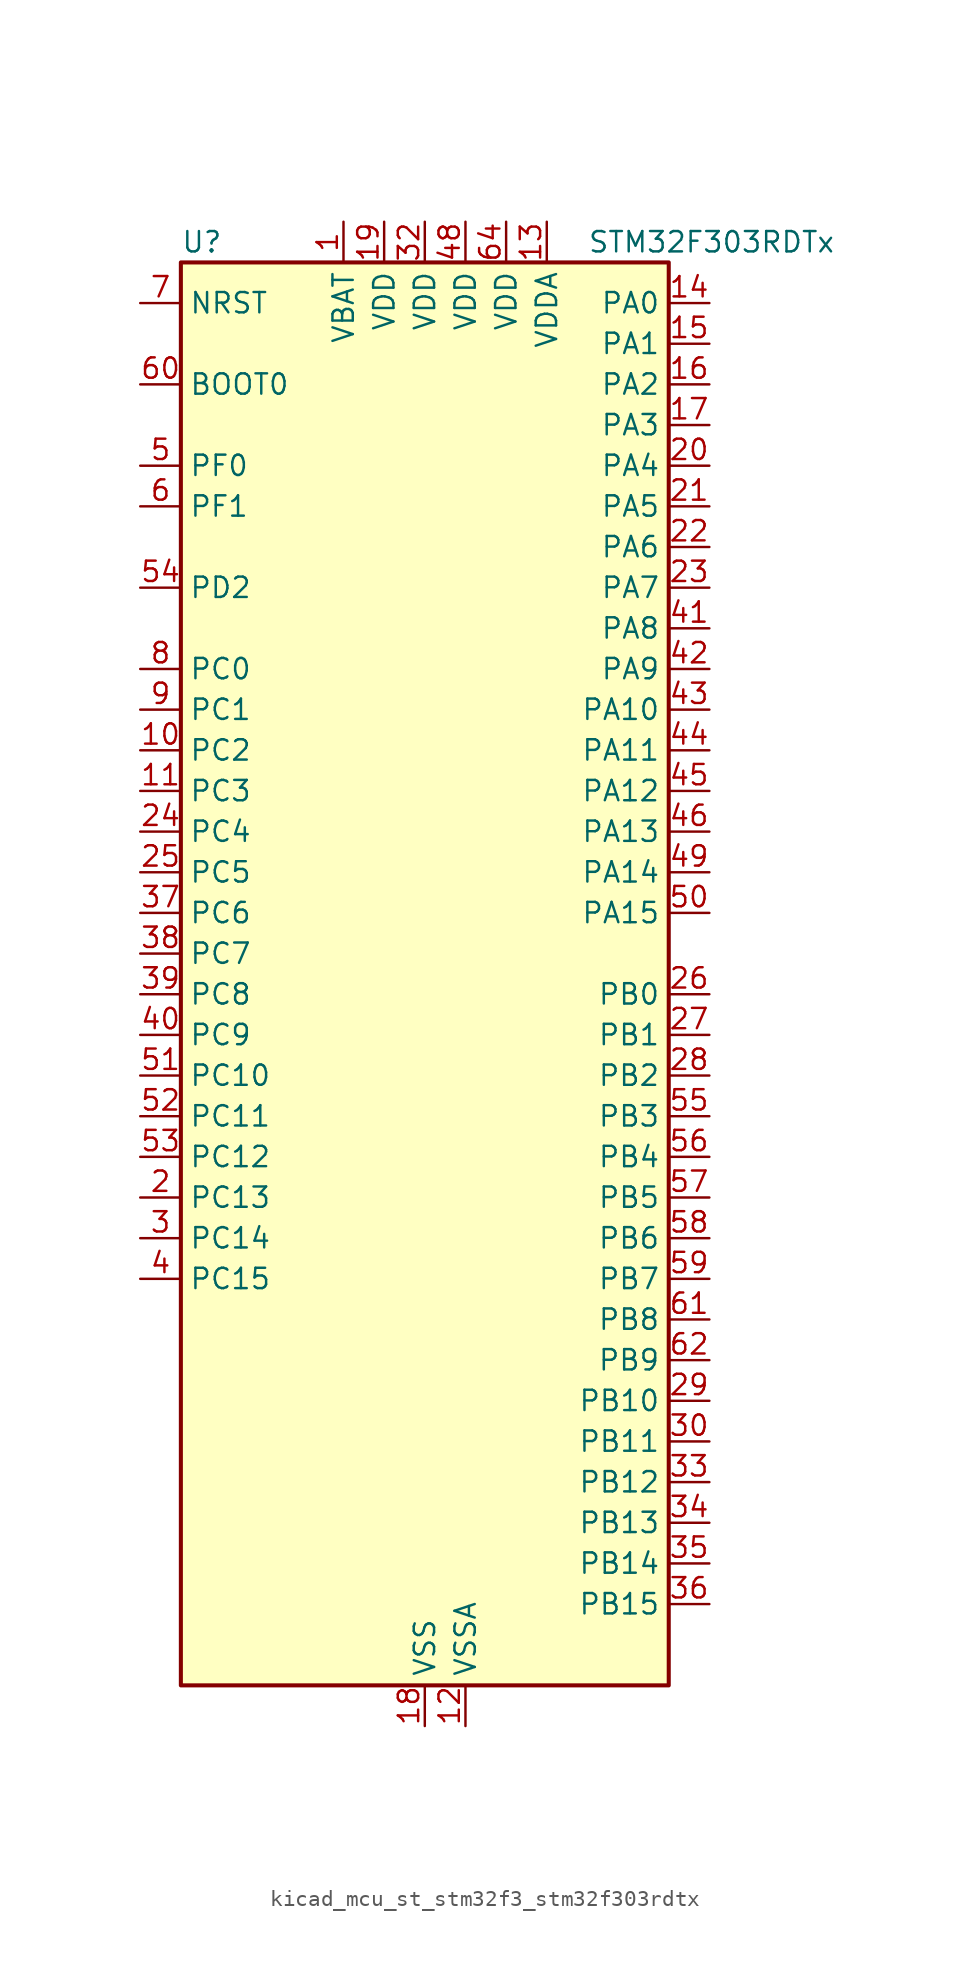
<source format=kicad_sym>
(kicad_symbol_lib
  (version 20220914)
  (generator kicad_symbol_editor)
  (symbol "kicad_mcu_st_stm32f3_stm32f303rdtx"
    (property "Reference" "U"
      (at -15.24 46.99 0)
      (effects (font (size 1.27 1.27)) (justify left)))
    (property "Value" "STM32F303RDTx"
      (at 10.16 46.99 0)
      (effects (font (size 1.27 1.27)) (justify left)))
    (property "ki_locked" ""
      (at 0 0 0)
      (effects (font (size 1.27 1.27))))
    (symbol "kicad_mcu_st_stm32f3_stm32f303rdtx_0_1"
      (rectangle (start -15.24 -43.18) (end 15.24 45.72) (stroke (width 0.254) (type default)) (fill (type background))))
    (symbol "kicad_mcu_st_stm32f3_stm32f303rdtx_1_1"
      (pin power_in line (at -5.08 48.26 270) (length 2.54) (name "VBAT" (effects (font (size 1.27 1.27)))) (number "1" (effects (font (size 1.27 1.27)))))
      (pin bidirectional line (at -17.78 15.24 0) (length 2.54) (name "PC2" (effects (font (size 1.27 1.27)))) (number "10" (effects (font (size 1.27 1.27)))) (alternate "ADC1_IN8" bidirectional line) (alternate "ADC2_IN8" bidirectional line) (alternate "ADC3_EXTI2" bidirectional line) (alternate "ADC4_EXTI2" bidirectional line) (alternate "COMP7_OUT" bidirectional line) (alternate "TIM1_CH3" bidirectional line))
      (pin bidirectional line (at -17.78 12.7 0) (length 2.54) (name "PC3" (effects (font (size 1.27 1.27)))) (number "11" (effects (font (size 1.27 1.27)))) (alternate "ADC1_IN9" bidirectional line) (alternate "ADC2_IN9" bidirectional line) (alternate "TIM1_BKIN2" bidirectional line) (alternate "TIM1_CH4" bidirectional line))
      (pin power_in line (at 2.54 -45.72 90) (length 2.54) (name "VSSA" (effects (font (size 1.27 1.27)))) (number "12" (effects (font (size 1.27 1.27)))))
      (pin power_in line (at 7.62 48.26 270) (length 2.54) (name "VDDA" (effects (font (size 1.27 1.27)))) (number "13" (effects (font (size 1.27 1.27)))))
      (pin bidirectional line (at 17.78 43.18 180) (length 2.54) (name "PA0" (effects (font (size 1.27 1.27)))) (number "14" (effects (font (size 1.27 1.27)))) (alternate "ADC1_IN1" bidirectional line) (alternate "COMP1_INM" bidirectional line) (alternate "COMP1_OUT" bidirectional line) (alternate "RTC_TAMP2" bidirectional line) (alternate "SYS_WKUP1" bidirectional line) (alternate "TIM2_CH1" bidirectional line) (alternate "TIM2_ETR" bidirectional line) (alternate "TIM8_BKIN" bidirectional line) (alternate "TIM8_ETR" bidirectional line) (alternate "TSC_G1_IO1" bidirectional line) (alternate "USART2_CTS" bidirectional line))
      (pin bidirectional line (at 17.78 40.64 180) (length 2.54) (name "PA1" (effects (font (size 1.27 1.27)))) (number "15" (effects (font (size 1.27 1.27)))) (alternate "ADC1_IN2" bidirectional line) (alternate "COMP1_INP" bidirectional line) (alternate "OPAMP1_VINP" bidirectional line) (alternate "OPAMP1_VINP_SEC" bidirectional line) (alternate "OPAMP3_VINP" bidirectional line) (alternate "OPAMP3_VINP_SEC" bidirectional line) (alternate "RTC_REFIN" bidirectional line) (alternate "TIM15_CH1N" bidirectional line) (alternate "TIM2_CH2" bidirectional line) (alternate "TSC_G1_IO2" bidirectional line) (alternate "USART2_DE" bidirectional line) (alternate "USART2_RTS" bidirectional line))
      (pin bidirectional line (at 17.78 38.1 180) (length 2.54) (name "PA2" (effects (font (size 1.27 1.27)))) (number "16" (effects (font (size 1.27 1.27)))) (alternate "ADC1_IN3" bidirectional line) (alternate "ADC3_EXTI2" bidirectional line) (alternate "ADC4_EXTI2" bidirectional line) (alternate "COMP2_INM" bidirectional line) (alternate "COMP2_OUT" bidirectional line) (alternate "OPAMP1_VOUT" bidirectional line) (alternate "TIM15_CH1" bidirectional line) (alternate "TIM2_CH3" bidirectional line) (alternate "TSC_G1_IO3" bidirectional line) (alternate "USART2_TX" bidirectional line))
      (pin bidirectional line (at 17.78 35.56 180) (length 2.54) (name "PA3" (effects (font (size 1.27 1.27)))) (number "17" (effects (font (size 1.27 1.27)))) (alternate "ADC1_IN4" bidirectional line) (alternate "OPAMP1_VINM" bidirectional line) (alternate "OPAMP1_VINM_SEC" bidirectional line) (alternate "OPAMP1_VINP" bidirectional line) (alternate "OPAMP1_VINP_SEC" bidirectional line) (alternate "TIM15_CH2" bidirectional line) (alternate "TIM2_CH4" bidirectional line) (alternate "TSC_G1_IO4" bidirectional line) (alternate "USART2_RX" bidirectional line))
      (pin power_in line (at 0 -45.72 90) (length 2.54) (name "VSS" (effects (font (size 1.27 1.27)))) (number "18" (effects (font (size 1.27 1.27)))))
      (pin power_in line (at -2.54 48.26 270) (length 2.54) (name "VDD" (effects (font (size 1.27 1.27)))) (number "19" (effects (font (size 1.27 1.27)))))
      (pin bidirectional line (at -17.78 -12.7 0) (length 2.54) (name "PC13" (effects (font (size 1.27 1.27)))) (number "2" (effects (font (size 1.27 1.27)))) (alternate "RTC_OUT_ALARM" bidirectional line) (alternate "RTC_OUT_CALIB" bidirectional line) (alternate "RTC_TAMP1" bidirectional line) (alternate "RTC_TS" bidirectional line) (alternate "SYS_WKUP2" bidirectional line) (alternate "TIM1_CH1N" bidirectional line))
      (pin bidirectional line (at 17.78 33.02 180) (length 2.54) (name "PA4" (effects (font (size 1.27 1.27)))) (number "20" (effects (font (size 1.27 1.27)))) (alternate "ADC2_IN1" bidirectional line) (alternate "COMP1_INM" bidirectional line) (alternate "COMP2_INM" bidirectional line) (alternate "COMP3_INM" bidirectional line) (alternate "COMP4_INM" bidirectional line) (alternate "COMP5_INM" bidirectional line) (alternate "COMP6_INM" bidirectional line) (alternate "COMP7_INM" bidirectional line) (alternate "DAC1_OUT1" bidirectional line) (alternate "I2S3_WS" bidirectional line) (alternate "OPAMP4_VINP" bidirectional line) (alternate "OPAMP4_VINP_SEC" bidirectional line) (alternate "SPI1_NSS" bidirectional line) (alternate "SPI3_NSS" bidirectional line) (alternate "TIM3_CH2" bidirectional line) (alternate "TSC_G2_IO1" bidirectional line) (alternate "USART2_CK" bidirectional line))
      (pin bidirectional line (at 17.78 30.48 180) (length 2.54) (name "PA5" (effects (font (size 1.27 1.27)))) (number "21" (effects (font (size 1.27 1.27)))) (alternate "ADC2_IN2" bidirectional line) (alternate "COMP1_INM" bidirectional line) (alternate "COMP2_INM" bidirectional line) (alternate "COMP3_INM" bidirectional line) (alternate "COMP4_INM" bidirectional line) (alternate "COMP5_INM" bidirectional line) (alternate "COMP6_INM" bidirectional line) (alternate "COMP7_INM" bidirectional line) (alternate "DAC1_OUT2" bidirectional line) (alternate "OPAMP1_VINP" bidirectional line) (alternate "OPAMP1_VINP_SEC" bidirectional line) (alternate "OPAMP2_VINM" bidirectional line) (alternate "OPAMP2_VINM_SEC" bidirectional line) (alternate "OPAMP3_VINP" bidirectional line) (alternate "OPAMP3_VINP_SEC" bidirectional line) (alternate "SPI1_SCK" bidirectional line) (alternate "TIM2_CH1" bidirectional line) (alternate "TIM2_ETR" bidirectional line) (alternate "TSC_G2_IO2" bidirectional line))
      (pin bidirectional line (at 17.78 27.94 180) (length 2.54) (name "PA6" (effects (font (size 1.27 1.27)))) (number "22" (effects (font (size 1.27 1.27)))) (alternate "ADC2_IN3" bidirectional line) (alternate "COMP1_OUT" bidirectional line) (alternate "OPAMP2_VOUT" bidirectional line) (alternate "SPI1_MISO" bidirectional line) (alternate "TIM16_CH1" bidirectional line) (alternate "TIM1_BKIN" bidirectional line) (alternate "TIM3_CH1" bidirectional line) (alternate "TIM8_BKIN" bidirectional line) (alternate "TSC_G2_IO3" bidirectional line))
      (pin bidirectional line (at 17.78 25.4 180) (length 2.54) (name "PA7" (effects (font (size 1.27 1.27)))) (number "23" (effects (font (size 1.27 1.27)))) (alternate "ADC2_IN4" bidirectional line) (alternate "COMP2_INP" bidirectional line) (alternate "OPAMP1_VINP" bidirectional line) (alternate "OPAMP1_VINP_SEC" bidirectional line) (alternate "OPAMP2_VINP" bidirectional line) (alternate "OPAMP2_VINP_SEC" bidirectional line) (alternate "SPI1_MOSI" bidirectional line) (alternate "TIM17_CH1" bidirectional line) (alternate "TIM1_CH1N" bidirectional line) (alternate "TIM3_CH2" bidirectional line) (alternate "TIM8_CH1N" bidirectional line) (alternate "TSC_G2_IO4" bidirectional line))
      (pin bidirectional line (at -17.78 10.16 0) (length 2.54) (name "PC4" (effects (font (size 1.27 1.27)))) (number "24" (effects (font (size 1.27 1.27)))) (alternate "ADC2_IN5" bidirectional line) (alternate "TIM1_ETR" bidirectional line) (alternate "USART1_TX" bidirectional line))
      (pin bidirectional line (at -17.78 7.62 0) (length 2.54) (name "PC5" (effects (font (size 1.27 1.27)))) (number "25" (effects (font (size 1.27 1.27)))) (alternate "ADC2_IN11" bidirectional line) (alternate "OPAMP1_VINM" bidirectional line) (alternate "OPAMP1_VINM_SEC" bidirectional line) (alternate "OPAMP2_VINM" bidirectional line) (alternate "OPAMP2_VINM_SEC" bidirectional line) (alternate "TIM15_BKIN" bidirectional line) (alternate "TSC_G3_IO1" bidirectional line) (alternate "USART1_RX" bidirectional line))
      (pin bidirectional line (at 17.78 0 180) (length 2.54) (name "PB0" (effects (font (size 1.27 1.27)))) (number "26" (effects (font (size 1.27 1.27)))) (alternate "ADC3_IN12" bidirectional line) (alternate "COMP4_INP" bidirectional line) (alternate "OPAMP2_VINP" bidirectional line) (alternate "OPAMP2_VINP_SEC" bidirectional line) (alternate "OPAMP3_VINP" bidirectional line) (alternate "OPAMP3_VINP_SEC" bidirectional line) (alternate "TIM1_CH2N" bidirectional line) (alternate "TIM3_CH3" bidirectional line) (alternate "TIM8_CH2N" bidirectional line) (alternate "TSC_G3_IO2" bidirectional line))
      (pin bidirectional line (at 17.78 -2.54 180) (length 2.54) (name "PB1" (effects (font (size 1.27 1.27)))) (number "27" (effects (font (size 1.27 1.27)))) (alternate "ADC3_IN1" bidirectional line) (alternate "COMP4_OUT" bidirectional line) (alternate "OPAMP3_VOUT" bidirectional line) (alternate "TIM1_CH3N" bidirectional line) (alternate "TIM3_CH4" bidirectional line) (alternate "TIM8_CH3N" bidirectional line) (alternate "TSC_G3_IO3" bidirectional line))
      (pin bidirectional line (at 17.78 -5.08 180) (length 2.54) (name "PB2" (effects (font (size 1.27 1.27)))) (number "28" (effects (font (size 1.27 1.27)))) (alternate "ADC2_IN12" bidirectional line) (alternate "ADC3_EXTI2" bidirectional line) (alternate "ADC4_EXTI2" bidirectional line) (alternate "COMP4_INM" bidirectional line) (alternate "OPAMP3_VINM" bidirectional line) (alternate "OPAMP3_VINM_SEC" bidirectional line) (alternate "TSC_G3_IO4" bidirectional line))
      (pin bidirectional line (at 17.78 -25.4 180) (length 2.54) (name "PB10" (effects (font (size 1.27 1.27)))) (number "29" (effects (font (size 1.27 1.27)))) (alternate "COMP5_INM" bidirectional line) (alternate "OPAMP3_VINM" bidirectional line) (alternate "OPAMP3_VINM_SEC" bidirectional line) (alternate "OPAMP4_VINM" bidirectional line) (alternate "OPAMP4_VINM_SEC" bidirectional line) (alternate "TIM2_CH3" bidirectional line) (alternate "TSC_SYNC" bidirectional line) (alternate "USART3_TX" bidirectional line))
      (pin bidirectional line (at -17.78 -15.24 0) (length 2.54) (name "PC14" (effects (font (size 1.27 1.27)))) (number "3" (effects (font (size 1.27 1.27)))) (alternate "RCC_OSC32_IN" bidirectional line))
      (pin bidirectional line (at 17.78 -27.94 180) (length 2.54) (name "PB11" (effects (font (size 1.27 1.27)))) (number "30" (effects (font (size 1.27 1.27)))) (alternate "ADC1_EXTI11" bidirectional line) (alternate "ADC1_IN14" bidirectional line) (alternate "ADC2_EXTI11" bidirectional line) (alternate "ADC2_IN14" bidirectional line) (alternate "COMP6_INP" bidirectional line) (alternate "OPAMP4_VINP" bidirectional line) (alternate "OPAMP4_VINP_SEC" bidirectional line) (alternate "TIM2_CH4" bidirectional line) (alternate "TSC_G6_IO1" bidirectional line) (alternate "USART3_RX" bidirectional line))
      (pin passive line (at 0 -45.72 90) (length 2.54) hide (name "VSS" (effects (font (size 1.27 1.27)))) (number "31" (effects (font (size 1.27 1.27)))))
      (pin power_in line (at 0 48.26 270) (length 2.54) (name "VDD" (effects (font (size 1.27 1.27)))) (number "32" (effects (font (size 1.27 1.27)))))
      (pin bidirectional line (at 17.78 -30.48 180) (length 2.54) (name "PB12" (effects (font (size 1.27 1.27)))) (number "33" (effects (font (size 1.27 1.27)))) (alternate "ADC4_IN3" bidirectional line) (alternate "COMP3_INM" bidirectional line) (alternate "I2C2_SMBA" bidirectional line) (alternate "I2S2_WS" bidirectional line) (alternate "OPAMP4_VOUT" bidirectional line) (alternate "SPI2_NSS" bidirectional line) (alternate "TIM1_BKIN" bidirectional line) (alternate "TSC_G6_IO2" bidirectional line) (alternate "USART3_CK" bidirectional line))
      (pin bidirectional line (at 17.78 -33.02 180) (length 2.54) (name "PB13" (effects (font (size 1.27 1.27)))) (number "34" (effects (font (size 1.27 1.27)))) (alternate "ADC3_IN5" bidirectional line) (alternate "COMP5_INP" bidirectional line) (alternate "I2S2_CK" bidirectional line) (alternate "OPAMP3_VINP" bidirectional line) (alternate "OPAMP3_VINP_SEC" bidirectional line) (alternate "OPAMP4_VINP" bidirectional line) (alternate "OPAMP4_VINP_SEC" bidirectional line) (alternate "SPI2_SCK" bidirectional line) (alternate "TIM1_CH1N" bidirectional line) (alternate "TSC_G6_IO3" bidirectional line) (alternate "USART3_CTS" bidirectional line))
      (pin bidirectional line (at 17.78 -35.56 180) (length 2.54) (name "PB14" (effects (font (size 1.27 1.27)))) (number "35" (effects (font (size 1.27 1.27)))) (alternate "ADC4_IN4" bidirectional line) (alternate "COMP3_INP" bidirectional line) (alternate "I2S2_ext_SD" bidirectional line) (alternate "OPAMP2_VINP" bidirectional line) (alternate "OPAMP2_VINP_SEC" bidirectional line) (alternate "SPI2_MISO" bidirectional line) (alternate "TIM15_CH1" bidirectional line) (alternate "TIM1_CH2N" bidirectional line) (alternate "TSC_G6_IO4" bidirectional line) (alternate "USART3_DE" bidirectional line) (alternate "USART3_RTS" bidirectional line))
      (pin bidirectional line (at 17.78 -38.1 180) (length 2.54) (name "PB15" (effects (font (size 1.27 1.27)))) (number "36" (effects (font (size 1.27 1.27)))) (alternate "ADC1_EXTI15" bidirectional line) (alternate "ADC2_EXTI15" bidirectional line) (alternate "ADC3_EXTI15" bidirectional line) (alternate "ADC4_EXTI15" bidirectional line) (alternate "ADC4_IN5" bidirectional line) (alternate "COMP6_INM" bidirectional line) (alternate "I2S2_SD" bidirectional line) (alternate "RTC_REFIN" bidirectional line) (alternate "SPI2_MOSI" bidirectional line) (alternate "TIM15_CH1N" bidirectional line) (alternate "TIM15_CH2" bidirectional line) (alternate "TIM1_CH3N" bidirectional line))
      (pin bidirectional line (at -17.78 5.08 0) (length 2.54) (name "PC6" (effects (font (size 1.27 1.27)))) (number "37" (effects (font (size 1.27 1.27)))) (alternate "COMP6_OUT" bidirectional line) (alternate "I2S2_MCK" bidirectional line) (alternate "TIM3_CH1" bidirectional line) (alternate "TIM8_CH1" bidirectional line))
      (pin bidirectional line (at -17.78 2.54 0) (length 2.54) (name "PC7" (effects (font (size 1.27 1.27)))) (number "38" (effects (font (size 1.27 1.27)))) (alternate "COMP5_OUT" bidirectional line) (alternate "I2S3_MCK" bidirectional line) (alternate "TIM3_CH2" bidirectional line) (alternate "TIM8_CH2" bidirectional line))
      (pin bidirectional line (at -17.78 0 0) (length 2.54) (name "PC8" (effects (font (size 1.27 1.27)))) (number "39" (effects (font (size 1.27 1.27)))) (alternate "COMP3_OUT" bidirectional line) (alternate "TIM3_CH3" bidirectional line) (alternate "TIM8_CH3" bidirectional line))
      (pin bidirectional line (at -17.78 -17.78 0) (length 2.54) (name "PC15" (effects (font (size 1.27 1.27)))) (number "4" (effects (font (size 1.27 1.27)))) (alternate "ADC1_EXTI15" bidirectional line) (alternate "ADC2_EXTI15" bidirectional line) (alternate "ADC3_EXTI15" bidirectional line) (alternate "ADC4_EXTI15" bidirectional line) (alternate "RCC_OSC32_OUT" bidirectional line))
      (pin bidirectional line (at -17.78 -2.54 0) (length 2.54) (name "PC9" (effects (font (size 1.27 1.27)))) (number "40" (effects (font (size 1.27 1.27)))) (alternate "DAC1_EXTI9" bidirectional line) (alternate "I2C3_SDA" bidirectional line) (alternate "I2S_CKIN" bidirectional line) (alternate "TIM3_CH4" bidirectional line) (alternate "TIM8_BKIN2" bidirectional line) (alternate "TIM8_CH4" bidirectional line))
      (pin bidirectional line (at 17.78 22.86 180) (length 2.54) (name "PA8" (effects (font (size 1.27 1.27)))) (number "41" (effects (font (size 1.27 1.27)))) (alternate "COMP3_OUT" bidirectional line) (alternate "I2C2_SMBA" bidirectional line) (alternate "I2C3_SCL" bidirectional line) (alternate "I2S2_MCK" bidirectional line) (alternate "RCC_MCO" bidirectional line) (alternate "TIM1_CH1" bidirectional line) (alternate "TIM4_ETR" bidirectional line) (alternate "USART1_CK" bidirectional line))
      (pin bidirectional line (at 17.78 20.32 180) (length 2.54) (name "PA9" (effects (font (size 1.27 1.27)))) (number "42" (effects (font (size 1.27 1.27)))) (alternate "COMP5_OUT" bidirectional line) (alternate "DAC1_EXTI9" bidirectional line) (alternate "I2C2_SCL" bidirectional line) (alternate "I2C3_SMBA" bidirectional line) (alternate "I2S3_MCK" bidirectional line) (alternate "TIM15_BKIN" bidirectional line) (alternate "TIM1_CH2" bidirectional line) (alternate "TIM2_CH3" bidirectional line) (alternate "TSC_G4_IO1" bidirectional line) (alternate "USART1_TX" bidirectional line))
      (pin bidirectional line (at 17.78 17.78 180) (length 2.54) (name "PA10" (effects (font (size 1.27 1.27)))) (number "43" (effects (font (size 1.27 1.27)))) (alternate "COMP6_OUT" bidirectional line) (alternate "I2C2_SDA" bidirectional line) (alternate "I2S2_ext_SD" bidirectional line) (alternate "SPI2_MISO" bidirectional line) (alternate "TIM17_BKIN" bidirectional line) (alternate "TIM1_CH3" bidirectional line) (alternate "TIM2_CH4" bidirectional line) (alternate "TIM8_BKIN" bidirectional line) (alternate "TSC_G4_IO2" bidirectional line) (alternate "USART1_RX" bidirectional line))
      (pin bidirectional line (at 17.78 15.24 180) (length 2.54) (name "PA11" (effects (font (size 1.27 1.27)))) (number "44" (effects (font (size 1.27 1.27)))) (alternate "ADC1_EXTI11" bidirectional line) (alternate "ADC2_EXTI11" bidirectional line) (alternate "CAN_RX" bidirectional line) (alternate "COMP1_OUT" bidirectional line) (alternate "I2S2_SD" bidirectional line) (alternate "SPI2_MOSI" bidirectional line) (alternate "TIM1_BKIN2" bidirectional line) (alternate "TIM1_CH1N" bidirectional line) (alternate "TIM1_CH4" bidirectional line) (alternate "TIM4_CH1" bidirectional line) (alternate "USART1_CTS" bidirectional line) (alternate "USB_DM" bidirectional line))
      (pin bidirectional line (at 17.78 12.7 180) (length 2.54) (name "PA12" (effects (font (size 1.27 1.27)))) (number "45" (effects (font (size 1.27 1.27)))) (alternate "CAN_TX" bidirectional line) (alternate "COMP2_OUT" bidirectional line) (alternate "I2S_CKIN" bidirectional line) (alternate "TIM16_CH1" bidirectional line) (alternate "TIM1_CH2N" bidirectional line) (alternate "TIM1_ETR" bidirectional line) (alternate "TIM4_CH2" bidirectional line) (alternate "USART1_DE" bidirectional line) (alternate "USART1_RTS" bidirectional line) (alternate "USB_DP" bidirectional line))
      (pin bidirectional line (at 17.78 10.16 180) (length 2.54) (name "PA13" (effects (font (size 1.27 1.27)))) (number "46" (effects (font (size 1.27 1.27)))) (alternate "IR_OUT" bidirectional line) (alternate "SYS_JTMS-SWDIO" bidirectional line) (alternate "TIM16_CH1N" bidirectional line) (alternate "TIM4_CH3" bidirectional line) (alternate "TSC_G4_IO3" bidirectional line) (alternate "USART3_CTS" bidirectional line))
      (pin passive line (at 0 -45.72 90) (length 2.54) hide (name "VSS" (effects (font (size 1.27 1.27)))) (number "47" (effects (font (size 1.27 1.27)))))
      (pin power_in line (at 2.54 48.26 270) (length 2.54) (name "VDD" (effects (font (size 1.27 1.27)))) (number "48" (effects (font (size 1.27 1.27)))))
      (pin bidirectional line (at 17.78 7.62 180) (length 2.54) (name "PA14" (effects (font (size 1.27 1.27)))) (number "49" (effects (font (size 1.27 1.27)))) (alternate "I2C1_SDA" bidirectional line) (alternate "SYS_JTCK-SWCLK" bidirectional line) (alternate "TIM1_BKIN" bidirectional line) (alternate "TIM8_CH2" bidirectional line) (alternate "TSC_G4_IO4" bidirectional line) (alternate "USART2_TX" bidirectional line))
      (pin bidirectional line (at -17.78 33.02 0) (length 2.54) (name "PF0" (effects (font (size 1.27 1.27)))) (number "5" (effects (font (size 1.27 1.27)))) (alternate "I2C2_SDA" bidirectional line) (alternate "I2S2_WS" bidirectional line) (alternate "RCC_OSC_IN" bidirectional line) (alternate "SPI2_NSS" bidirectional line) (alternate "TIM1_CH3N" bidirectional line))
      (pin bidirectional line (at 17.78 5.08 180) (length 2.54) (name "PA15" (effects (font (size 1.27 1.27)))) (number "50" (effects (font (size 1.27 1.27)))) (alternate "ADC1_EXTI15" bidirectional line) (alternate "ADC2_EXTI15" bidirectional line) (alternate "ADC3_EXTI15" bidirectional line) (alternate "ADC4_EXTI15" bidirectional line) (alternate "I2C1_SCL" bidirectional line) (alternate "I2S3_WS" bidirectional line) (alternate "SPI1_NSS" bidirectional line) (alternate "SPI3_NSS" bidirectional line) (alternate "SYS_JTDI" bidirectional line) (alternate "TIM1_BKIN" bidirectional line) (alternate "TIM2_CH1" bidirectional line) (alternate "TIM2_ETR" bidirectional line) (alternate "TIM8_CH1" bidirectional line) (alternate "TSC_SYNC" bidirectional line) (alternate "USART2_RX" bidirectional line))
      (pin bidirectional line (at -17.78 -5.08 0) (length 2.54) (name "PC10" (effects (font (size 1.27 1.27)))) (number "51" (effects (font (size 1.27 1.27)))) (alternate "I2S3_CK" bidirectional line) (alternate "SPI3_SCK" bidirectional line) (alternate "TIM8_CH1N" bidirectional line) (alternate "UART4_TX" bidirectional line) (alternate "USART3_TX" bidirectional line))
      (pin bidirectional line (at -17.78 -7.62 0) (length 2.54) (name "PC11" (effects (font (size 1.27 1.27)))) (number "52" (effects (font (size 1.27 1.27)))) (alternate "ADC1_EXTI11" bidirectional line) (alternate "ADC2_EXTI11" bidirectional line) (alternate "I2S3_ext_SD" bidirectional line) (alternate "SPI3_MISO" bidirectional line) (alternate "TIM8_CH2N" bidirectional line) (alternate "UART4_RX" bidirectional line) (alternate "USART3_RX" bidirectional line))
      (pin bidirectional line (at -17.78 -10.16 0) (length 2.54) (name "PC12" (effects (font (size 1.27 1.27)))) (number "53" (effects (font (size 1.27 1.27)))) (alternate "I2S3_SD" bidirectional line) (alternate "SPI3_MOSI" bidirectional line) (alternate "TIM8_CH3N" bidirectional line) (alternate "UART5_TX" bidirectional line) (alternate "USART3_CK" bidirectional line))
      (pin bidirectional line (at -17.78 25.4 0) (length 2.54) (name "PD2" (effects (font (size 1.27 1.27)))) (number "54" (effects (font (size 1.27 1.27)))) (alternate "ADC3_EXTI2" bidirectional line) (alternate "ADC4_EXTI2" bidirectional line) (alternate "TIM3_ETR" bidirectional line) (alternate "TIM8_BKIN" bidirectional line) (alternate "UART5_RX" bidirectional line))
      (pin bidirectional line (at 17.78 -7.62 180) (length 2.54) (name "PB3" (effects (font (size 1.27 1.27)))) (number "55" (effects (font (size 1.27 1.27)))) (alternate "I2S3_CK" bidirectional line) (alternate "SPI1_SCK" bidirectional line) (alternate "SPI3_SCK" bidirectional line) (alternate "SYS_JTDO-TRACESWO" bidirectional line) (alternate "TIM2_CH2" bidirectional line) (alternate "TIM3_ETR" bidirectional line) (alternate "TIM4_ETR" bidirectional line) (alternate "TIM8_CH1N" bidirectional line) (alternate "TSC_G5_IO1" bidirectional line) (alternate "USART2_TX" bidirectional line))
      (pin bidirectional line (at 17.78 -10.16 180) (length 2.54) (name "PB4" (effects (font (size 1.27 1.27)))) (number "56" (effects (font (size 1.27 1.27)))) (alternate "I2S3_ext_SD" bidirectional line) (alternate "SPI1_MISO" bidirectional line) (alternate "SPI3_MISO" bidirectional line) (alternate "SYS_NJTRST" bidirectional line) (alternate "TIM16_CH1" bidirectional line) (alternate "TIM17_BKIN" bidirectional line) (alternate "TIM3_CH1" bidirectional line) (alternate "TIM8_CH2N" bidirectional line) (alternate "TSC_G5_IO2" bidirectional line) (alternate "USART2_RX" bidirectional line))
      (pin bidirectional line (at 17.78 -12.7 180) (length 2.54) (name "PB5" (effects (font (size 1.27 1.27)))) (number "57" (effects (font (size 1.27 1.27)))) (alternate "I2C1_SMBA" bidirectional line) (alternate "I2C3_SDA" bidirectional line) (alternate "I2S3_SD" bidirectional line) (alternate "SPI1_MOSI" bidirectional line) (alternate "SPI3_MOSI" bidirectional line) (alternate "TIM16_BKIN" bidirectional line) (alternate "TIM17_CH1" bidirectional line) (alternate "TIM3_CH2" bidirectional line) (alternate "TIM8_CH3N" bidirectional line) (alternate "USART2_CK" bidirectional line))
      (pin bidirectional line (at 17.78 -15.24 180) (length 2.54) (name "PB6" (effects (font (size 1.27 1.27)))) (number "58" (effects (font (size 1.27 1.27)))) (alternate "I2C1_SCL" bidirectional line) (alternate "TIM16_CH1N" bidirectional line) (alternate "TIM4_CH1" bidirectional line) (alternate "TIM8_BKIN2" bidirectional line) (alternate "TIM8_CH1" bidirectional line) (alternate "TIM8_ETR" bidirectional line) (alternate "TSC_G5_IO3" bidirectional line) (alternate "USART1_TX" bidirectional line))
      (pin bidirectional line (at 17.78 -17.78 180) (length 2.54) (name "PB7" (effects (font (size 1.27 1.27)))) (number "59" (effects (font (size 1.27 1.27)))) (alternate "I2C1_SDA" bidirectional line) (alternate "TIM17_CH1N" bidirectional line) (alternate "TIM3_CH4" bidirectional line) (alternate "TIM4_CH2" bidirectional line) (alternate "TIM8_BKIN" bidirectional line) (alternate "TSC_G5_IO4" bidirectional line) (alternate "USART1_RX" bidirectional line))
      (pin bidirectional line (at -17.78 30.48 0) (length 2.54) (name "PF1" (effects (font (size 1.27 1.27)))) (number "6" (effects (font (size 1.27 1.27)))) (alternate "I2C2_SCL" bidirectional line) (alternate "I2S2_CK" bidirectional line) (alternate "RCC_OSC_OUT" bidirectional line) (alternate "SPI2_SCK" bidirectional line))
      (pin input line (at -17.78 38.1 0) (length 2.54) (name "BOOT0" (effects (font (size 1.27 1.27)))) (number "60" (effects (font (size 1.27 1.27)))))
      (pin bidirectional line (at 17.78 -20.32 180) (length 2.54) (name "PB8" (effects (font (size 1.27 1.27)))) (number "61" (effects (font (size 1.27 1.27)))) (alternate "CAN_RX" bidirectional line) (alternate "COMP1_OUT" bidirectional line) (alternate "I2C1_SCL" bidirectional line) (alternate "TIM16_CH1" bidirectional line) (alternate "TIM1_BKIN" bidirectional line) (alternate "TIM4_CH3" bidirectional line) (alternate "TIM8_CH2" bidirectional line) (alternate "TSC_SYNC" bidirectional line) (alternate "USART3_RX" bidirectional line))
      (pin bidirectional line (at 17.78 -22.86 180) (length 2.54) (name "PB9" (effects (font (size 1.27 1.27)))) (number "62" (effects (font (size 1.27 1.27)))) (alternate "CAN_TX" bidirectional line) (alternate "COMP2_OUT" bidirectional line) (alternate "DAC1_EXTI9" bidirectional line) (alternate "I2C1_SDA" bidirectional line) (alternate "IR_OUT" bidirectional line) (alternate "TIM17_CH1" bidirectional line) (alternate "TIM4_CH4" bidirectional line) (alternate "TIM8_CH3" bidirectional line) (alternate "USART3_TX" bidirectional line))
      (pin passive line (at 0 -45.72 90) (length 2.54) hide (name "VSS" (effects (font (size 1.27 1.27)))) (number "63" (effects (font (size 1.27 1.27)))))
      (pin power_in line (at 5.08 48.26 270) (length 2.54) (name "VDD" (effects (font (size 1.27 1.27)))) (number "64" (effects (font (size 1.27 1.27)))))
      (pin input line (at -17.78 43.18 0) (length 2.54) (name "NRST" (effects (font (size 1.27 1.27)))) (number "7" (effects (font (size 1.27 1.27)))))
      (pin bidirectional line (at -17.78 20.32 0) (length 2.54) (name "PC0" (effects (font (size 1.27 1.27)))) (number "8" (effects (font (size 1.27 1.27)))) (alternate "ADC1_IN6" bidirectional line) (alternate "ADC2_IN6" bidirectional line) (alternate "COMP7_INM" bidirectional line) (alternate "TIM1_CH1" bidirectional line))
      (pin bidirectional line (at -17.78 17.78 0) (length 2.54) (name "PC1" (effects (font (size 1.27 1.27)))) (number "9" (effects (font (size 1.27 1.27)))) (alternate "ADC1_IN7" bidirectional line) (alternate "ADC2_IN7" bidirectional line) (alternate "COMP7_INP" bidirectional line) (alternate "TIM1_CH2" bidirectional line)))))
</source>
